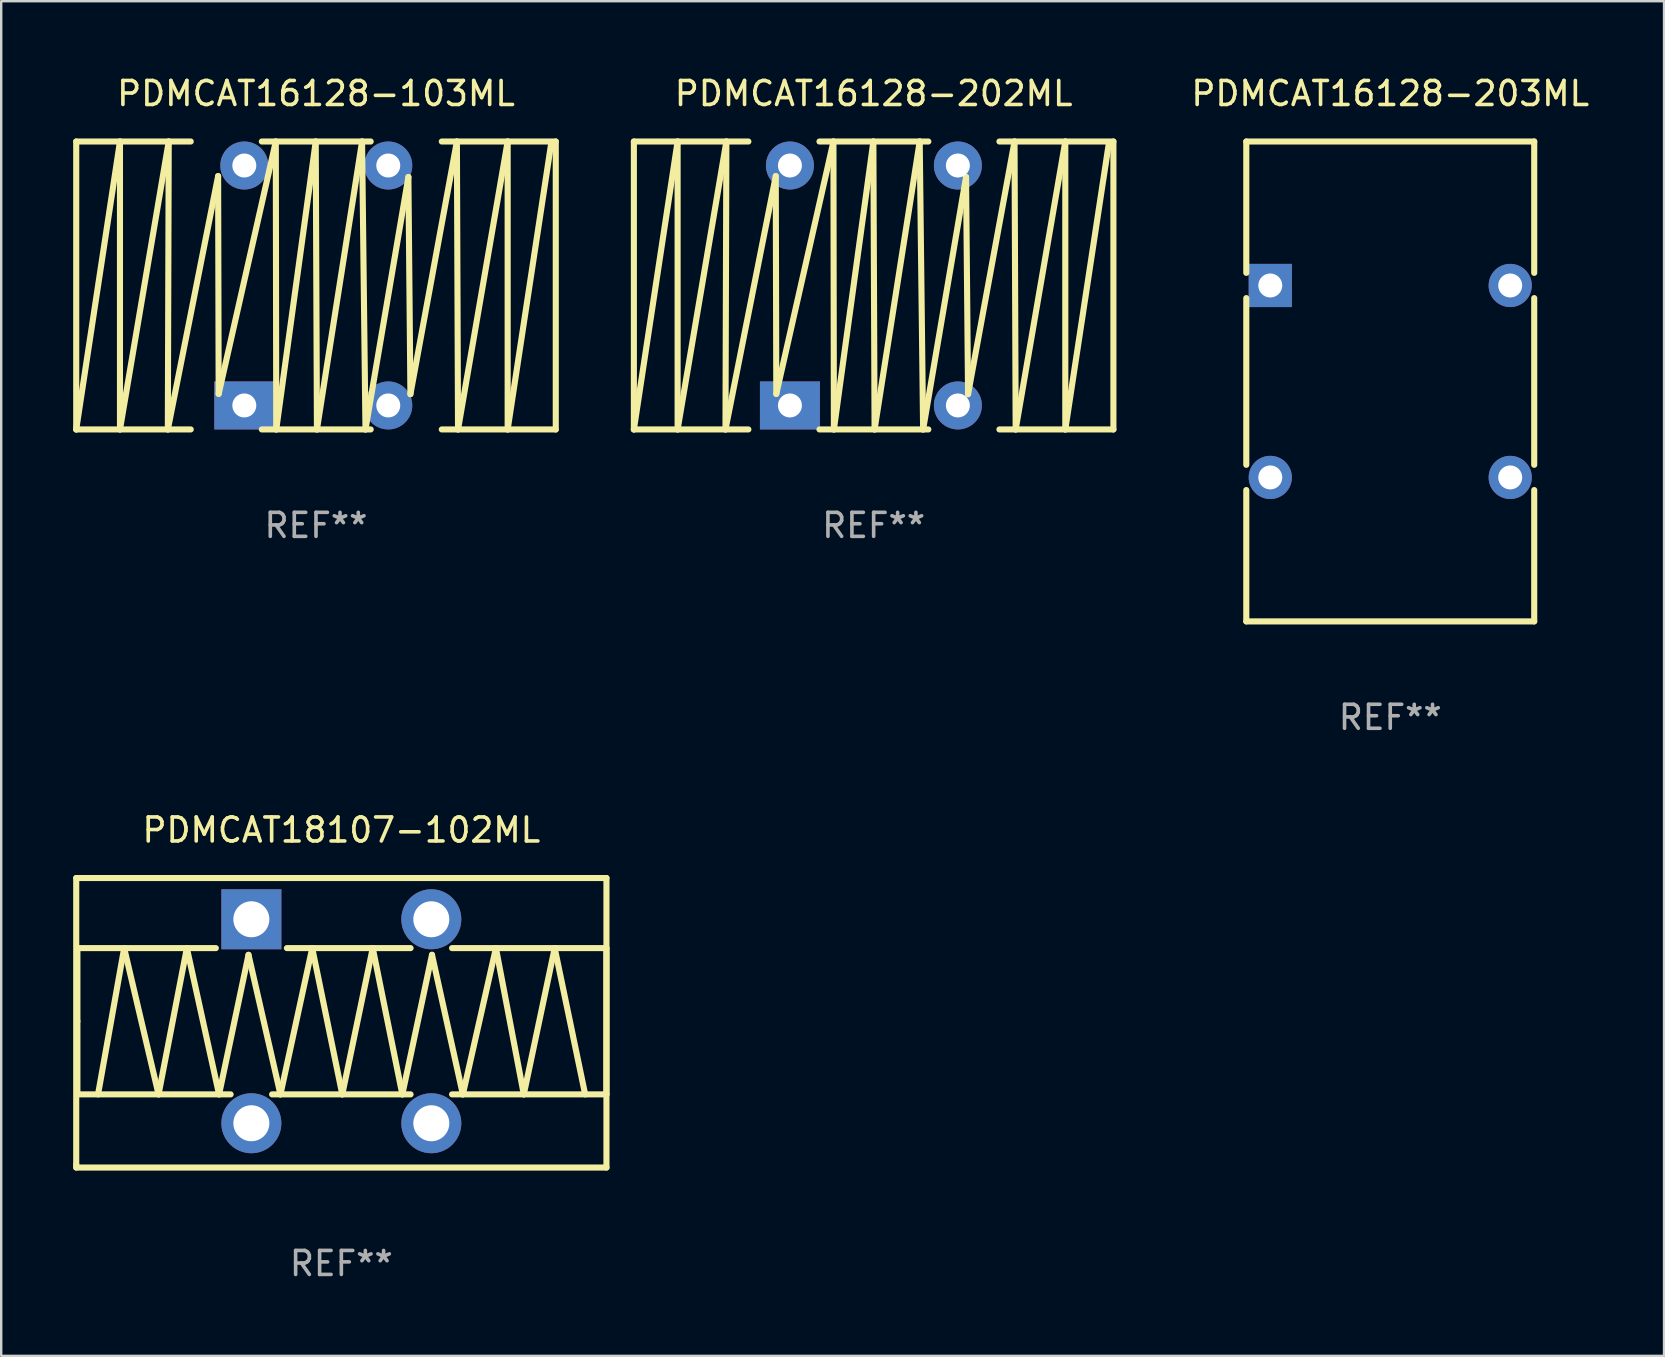
<source format=kicad_pcb>
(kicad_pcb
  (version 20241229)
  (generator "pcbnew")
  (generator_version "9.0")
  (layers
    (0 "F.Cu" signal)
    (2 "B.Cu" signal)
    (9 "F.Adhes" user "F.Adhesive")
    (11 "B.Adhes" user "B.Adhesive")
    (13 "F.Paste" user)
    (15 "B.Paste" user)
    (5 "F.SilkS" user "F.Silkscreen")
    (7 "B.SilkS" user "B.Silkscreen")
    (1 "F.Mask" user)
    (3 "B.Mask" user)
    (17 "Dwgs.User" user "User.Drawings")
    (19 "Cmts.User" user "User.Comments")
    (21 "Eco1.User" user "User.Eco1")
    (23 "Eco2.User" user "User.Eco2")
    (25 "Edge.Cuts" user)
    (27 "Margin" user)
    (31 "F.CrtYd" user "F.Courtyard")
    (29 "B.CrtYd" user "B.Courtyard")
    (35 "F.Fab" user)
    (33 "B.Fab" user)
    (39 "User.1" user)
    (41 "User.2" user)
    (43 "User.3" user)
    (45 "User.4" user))
  (footprint "PDMCAT16128-103ML"
    (layer "F.Cu")
    (at 10.12 8.848)
    (property "Reference" "PDMCAT16128-103ML" (at 0 -8 0) (layer "F.SilkS") (effects (font (size 1 1) (thickness 0.15))))
    (attr through_hole)
    (fp_line (start -9.993 6) (end -9.993 -6) (stroke (width 0.254) (type solid)) (layer "F.SilkS"))
    (fp_line (start -9.993 6) (end -8.17 -6) (stroke (width 0.254) (type solid)) (layer "F.SilkS"))
    (fp_line (start -8.17 -6) (end -8.17 6) (stroke (width 0.254) (type solid)) (layer "F.SilkS"))
    (fp_line (start -8.17 6) (end -6.138 -6) (stroke (width 0.254) (type solid)) (layer "F.SilkS"))
    (fp_line (start -6.175 6) (end -4.079 -4.558) (stroke (width 0.254) (type solid)) (layer "F.SilkS"))
    (fp_line (start -6.138 -6) (end -6.175 6) (stroke (width 0.254) (type solid)) (layer "F.SilkS"))
    (fp_line (start -5.22 -6) (end -9.993 -6) (stroke (width 0.254) (type solid)) (layer "F.SilkS"))
    (fp_line (start -5.22 6) (end -9.993 6) (stroke (width 0.254) (type solid)) (layer "F.SilkS"))
    (fp_line (start -4.079 -4.558) (end -4.057 4.519) (stroke (width 0.254) (type solid)) (layer "F.SilkS"))
    (fp_line (start -4.057 4.519) (end -1.675 -6) (stroke (width 0.254) (type solid)) (layer "F.SilkS"))
    (fp_line (start -1.675 -6) (end -1.657 6) (stroke (width 0.254) (type solid)) (layer "F.SilkS"))
    (fp_line (start -1.657 6) (end -0.011 -6) (stroke (width 0.254) (type solid)) (layer "F.SilkS"))
    (fp_line (start -0.011 -6) (end 0.039 6) (stroke (width 0.254) (type solid)) (layer "F.SilkS"))
    (fp_line (start 0.039 6) (end 1.92 -6) (stroke (width 0.254) (type solid)) (layer "F.SilkS"))
    (fp_line (start 1.92 -6) (end 2.062 6) (stroke (width 0.254) (type solid)) (layer "F.SilkS"))
    (fp_line (start 2.062 6) (end 3.851 -4.522) (stroke (width 0.254) (type solid)) (layer "F.SilkS"))
    (fp_line (start 2.28 -6) (end -2.258 -6) (stroke (width 0.254) (type solid)) (layer "F.SilkS"))
    (fp_line (start 2.28 6) (end -2.258 6) (stroke (width 0.254) (type solid)) (layer "F.SilkS"))
    (fp_line (start 3.851 -4.522) (end 3.935 4.529) (stroke (width 0.254) (type solid)) (layer "F.SilkS"))
    (fp_line (start 3.935 4.529) (end 5.872 -6) (stroke (width 0.254) (type solid)) (layer "F.SilkS"))
    (fp_line (start 5.872 -6) (end 5.919 6) (stroke (width 0.254) (type solid)) (layer "F.SilkS"))
    (fp_line (start 5.919 6) (end 7.988 -6) (stroke (width 0.254) (type solid)) (layer "F.SilkS"))
    (fp_line (start 7.988 -6) (end 7.988 6) (stroke (width 0.254) (type solid)) (layer "F.SilkS"))
    (fp_line (start 7.988 6) (end 9.79 -5.842) (stroke (width 0.254) (type solid)) (layer "F.SilkS"))
    (fp_line (start 9.993 -6) (end 5.242 -6) (stroke (width 0.254) (type solid)) (layer "F.SilkS"))
    (fp_line (start 9.993 6) (end 5.242 6) (stroke (width 0.254) (type solid)) (layer "F.SilkS"))
    (fp_line (start 9.993 6) (end 9.993 -6) (stroke (width 0.254) (type solid)) (layer "F.SilkS"))
    (fp_circle (center -9.989 6) (end -9.959 6) (stroke (width 0.06) (type solid)) (fill no) (layer "F.SilkS"))
    (fp_text user "REF**" (at 0 10 0) (layer "F.Fab") (effects (font (size 1 1) (thickness 0.15))))
    (pad "1" thru_hole rect (at -2.988 5 180) (size 2.5 2) (drill 1) (layers "*.Cu" "*.Mask"))
    (pad "2" thru_hole circle (at -2.988 -5) (size 2 2) (drill 1) (layers "*.Cu" "*.Mask"))
    (pad "3" thru_hole circle (at 3.012 -5) (size 2 2) (drill 1) (layers "*.Cu" "*.Mask"))
    (pad "4" thru_hole circle (at 3.012 5) (size 2 2) (drill 1) (layers "*.Cu" "*.Mask")))
  (footprint "PDMCAT16128-202ML"
    (layer "F.Cu")
    (at 33.361 8.848)
    (property "Reference" "PDMCAT16128-202ML" (at 0 -8 0) (layer "F.SilkS") (effects (font (size 1 1) (thickness 0.15))))
    (attr through_hole)
    (fp_line (start -9.993 6) (end -9.993 -6) (stroke (width 0.254) (type solid)) (layer "F.SilkS"))
    (fp_line (start -9.993 6) (end -8.17 -6) (stroke (width 0.254) (type solid)) (layer "F.SilkS"))
    (fp_line (start -8.17 -6) (end -8.17 6) (stroke (width 0.254) (type solid)) (layer "F.SilkS"))
    (fp_line (start -8.17 6) (end -6.138 -6) (stroke (width 0.254) (type solid)) (layer "F.SilkS"))
    (fp_line (start -6.175 6) (end -4.079 -4.558) (stroke (width 0.254) (type solid)) (layer "F.SilkS"))
    (fp_line (start -6.138 -6) (end -6.175 6) (stroke (width 0.254) (type solid)) (layer "F.SilkS"))
    (fp_line (start -5.22 -6) (end -9.993 -6) (stroke (width 0.254) (type solid)) (layer "F.SilkS"))
    (fp_line (start -5.22 6) (end -9.993 6) (stroke (width 0.254) (type solid)) (layer "F.SilkS"))
    (fp_line (start -4.079 -4.558) (end -4.057 4.519) (stroke (width 0.254) (type solid)) (layer "F.SilkS"))
    (fp_line (start -4.057 4.519) (end -1.675 -6) (stroke (width 0.254) (type solid)) (layer "F.SilkS"))
    (fp_line (start -1.675 -6) (end -1.657 6) (stroke (width 0.254) (type solid)) (layer "F.SilkS"))
    (fp_line (start -1.657 6) (end -0.011 -6) (stroke (width 0.254) (type solid)) (layer "F.SilkS"))
    (fp_line (start -0.011 -6) (end 0.039 6) (stroke (width 0.254) (type solid)) (layer "F.SilkS"))
    (fp_line (start 0.039 6) (end 1.92 -6) (stroke (width 0.254) (type solid)) (layer "F.SilkS"))
    (fp_line (start 1.92 -6) (end 2.062 6) (stroke (width 0.254) (type solid)) (layer "F.SilkS"))
    (fp_line (start 2.062 6) (end 3.851 -4.522) (stroke (width 0.254) (type solid)) (layer "F.SilkS"))
    (fp_line (start 2.28 -6) (end -2.258 -6) (stroke (width 0.254) (type solid)) (layer "F.SilkS"))
    (fp_line (start 2.28 6) (end -2.258 6) (stroke (width 0.254) (type solid)) (layer "F.SilkS"))
    (fp_line (start 3.851 -4.522) (end 3.935 4.529) (stroke (width 0.254) (type solid)) (layer "F.SilkS"))
    (fp_line (start 3.935 4.529) (end 5.872 -6) (stroke (width 0.254) (type solid)) (layer "F.SilkS"))
    (fp_line (start 5.872 -6) (end 5.919 6) (stroke (width 0.254) (type solid)) (layer "F.SilkS"))
    (fp_line (start 5.919 6) (end 7.988 -6) (stroke (width 0.254) (type solid)) (layer "F.SilkS"))
    (fp_line (start 7.988 -6) (end 7.988 6) (stroke (width 0.254) (type solid)) (layer "F.SilkS"))
    (fp_line (start 7.988 6) (end 9.79 -5.842) (stroke (width 0.254) (type solid)) (layer "F.SilkS"))
    (fp_line (start 9.993 -6) (end 5.242 -6) (stroke (width 0.254) (type solid)) (layer "F.SilkS"))
    (fp_line (start 9.993 6) (end 5.242 6) (stroke (width 0.254) (type solid)) (layer "F.SilkS"))
    (fp_line (start 9.993 6) (end 9.993 -6) (stroke (width 0.254) (type solid)) (layer "F.SilkS"))
    (fp_circle (center -9.989 6) (end -9.959 6) (stroke (width 0.06) (type solid)) (fill no) (layer "F.SilkS"))
    (fp_text user "REF**" (at 0 10 0) (layer "F.Fab") (effects (font (size 1 1) (thickness 0.15))))
    (pad "1" thru_hole rect (at -3.489 5 180) (size 2.5 2) (drill 1) (layers "*.Cu" "*.Mask"))
    (pad "2" thru_hole circle (at -3.489 -5) (size 2 2) (drill 1) (layers "*.Cu" "*.Mask"))
    (pad "3" thru_hole circle (at 3.511 -5) (size 2 2) (drill 1) (layers "*.Cu" "*.Mask"))
    (pad "4" thru_hole circle (at 3.511 5) (size 2 2) (drill 1) (layers "*.Cu" "*.Mask")))
  (footprint "PDMCAT16128-203ML"
    (layer "F.Cu")
    (at 54.892 12.848)
    (property "Reference" "PDMCAT16128-203ML" (at 0 -12 0) (layer "F.SilkS") (effects (font (size 1 1) (thickness 0.15))))
    (attr through_hole)
    (fp_line (start -6 -10) (end -6 -4.526) (stroke (width 0.254) (type solid)) (layer "F.SilkS"))
    (fp_line (start -6 -10) (end 6 -10) (stroke (width 0.254) (type solid)) (layer "F.SilkS"))
    (fp_line (start -6 -3.474) (end -6 3.474) (stroke (width 0.254) (type solid)) (layer "F.SilkS"))
    (fp_line (start -6 4.526) (end -6 10) (stroke (width 0.254) (type solid)) (layer "F.SilkS"))
    (fp_line (start -6 10) (end 6 10) (stroke (width 0.254) (type solid)) (layer "F.SilkS"))
    (fp_line (start 6 -10) (end 6 -4.526) (stroke (width 0.254) (type solid)) (layer "F.SilkS"))
    (fp_line (start 6 -3.474) (end 6 3.474) (stroke (width 0.254) (type solid)) (layer "F.SilkS"))
    (fp_line (start 6 4.526) (end 6 10) (stroke (width 0.254) (type solid)) (layer "F.SilkS"))
    (fp_text user "REF**" (at 0 14 0) (layer "F.Fab") (effects (font (size 1 1) (thickness 0.15))))
    (pad "1" thru_hole rect (at -5 -4) (size 1.8 1.8) (drill 1) (layers "*.Cu" "*.Mask"))
    (pad "2" thru_hole circle (at 5 -4) (size 1.8 1.8) (drill 1) (layers "*.Cu" "*.Mask"))
    (pad "3" thru_hole circle (at 5 4) (size 1.8 1.8) (drill 1) (layers "*.Cu" "*.Mask"))
    (pad "4" thru_hole circle (at -5 4) (size 1.8 1.8) (drill 1) (layers "*.Cu" "*.Mask")))
  (footprint "PDMCAT18107-102ML"
    (layer "F.Cu")
    (at 11.176 39.577)
    (property "Reference" "PDMCAT18107-102ML" (at 0 -8.033 0) (layer "F.SilkS") (effects (font (size 1 1) (thickness 0.15))))
    (attr through_hole)
    (fp_line (start -11.049 -6.033) (end 11.049 -6.033) (stroke (width 0.254) (type solid)) (layer "F.SilkS"))
    (fp_line (start -11.049 5.906) (end -11.049 -6.033) (stroke (width 0.254) (type solid)) (layer "F.SilkS"))
    (fp_line (start -11.049 6.033) (end -11.049 5.906) (stroke (width 0.254) (type solid)) (layer "F.SilkS"))
    (fp_line (start -11 -0.064) (end -11 -3.112) (stroke (width 0.254) (type solid)) (layer "F.SilkS"))
    (fp_line (start -11 -0.064) (end -11 2.984) (stroke (width 0.254) (type solid)) (layer "F.SilkS"))
    (fp_line (start -11 2.984) (end -4.614 2.984) (stroke (width 0.254) (type solid)) (layer "F.SilkS"))
    (fp_line (start -10.14 2.984) (end -9.051 -3.112) (stroke (width 0.254) (type solid)) (layer "F.SilkS"))
    (fp_line (start -9.051 -3.112) (end -7.618 2.984) (stroke (width 0.254) (type solid)) (layer "F.SilkS"))
    (fp_line (start -7.618 2.984) (end -6.438 -3.112) (stroke (width 0.254) (type solid)) (layer "F.SilkS"))
    (fp_line (start -6.438 -3.112) (end -5.096 2.984) (stroke (width 0.254) (type solid)) (layer "F.SilkS"))
    (fp_line (start -5.231 -3.112) (end -11 -3.112) (stroke (width 0.254) (type solid)) (layer "F.SilkS"))
    (fp_line (start -5.096 2.984) (end -3.869 -2.832) (stroke (width 0.254) (type solid)) (layer "F.SilkS"))
    (fp_line (start -3.869 -2.832) (end -2.538 2.984) (stroke (width 0.254) (type solid)) (layer "F.SilkS"))
    (fp_line (start -2.886 2.984) (end 2.886 2.984) (stroke (width 0.254) (type solid)) (layer "F.SilkS"))
    (fp_line (start -2.538 2.984) (end -1.213 -3.112) (stroke (width 0.254) (type solid)) (layer "F.SilkS"))
    (fp_line (start -1.213 -3.112) (end 0.039 2.984) (stroke (width 0.254) (type solid)) (layer "F.SilkS"))
    (fp_line (start 0.039 2.984) (end 1.309 -3.112) (stroke (width 0.254) (type solid)) (layer "F.SilkS"))
    (fp_line (start 1.309 -3.112) (end 2.542 2.984) (stroke (width 0.254) (type solid)) (layer "F.SilkS"))
    (fp_line (start 2.542 2.984) (end 3.778 -2.833) (stroke (width 0.254) (type solid)) (layer "F.SilkS"))
    (fp_line (start 2.886 -3.112) (end -2.269 -3.112) (stroke (width 0.254) (type solid)) (layer "F.SilkS"))
    (fp_line (start 3.778 -2.833) (end 5.064 2.984) (stroke (width 0.254) (type solid)) (layer "F.SilkS"))
    (fp_line (start 4.614 2.984) (end 11.049 2.984) (stroke (width 0.254) (type solid)) (layer "F.SilkS"))
    (fp_line (start 5.064 2.984) (end 6.443 -3.112) (stroke (width 0.254) (type solid)) (layer "F.SilkS"))
    (fp_line (start 6.443 -3.112) (end 7.604 2.984) (stroke (width 0.254) (type solid)) (layer "F.SilkS"))
    (fp_line (start 7.604 2.984) (end 8.892 -3.112) (stroke (width 0.254) (type solid)) (layer "F.SilkS"))
    (fp_line (start 8.892 -3.112) (end 10.162 2.984) (stroke (width 0.254) (type solid)) (layer "F.SilkS"))
    (fp_line (start 11.049 -3.112) (end 4.614 -3.112) (stroke (width 0.254) (type solid)) (layer "F.SilkS"))
    (fp_line (start 11.049 2.984) (end 11.049 -3.112) (stroke (width 0.254) (type solid)) (layer "F.SilkS"))
    (fp_line (start 11.049 -6.033) (end 11.049 6.033) (stroke (width 0.254) (type solid)) (layer "F.SilkS"))
    (fp_line (start 11.049 6.033) (end -11.049 6.033) (stroke (width 0.254) (type solid)) (layer "F.SilkS"))
    (fp_circle (center -11 -6.064) (end -10.97 -6.064) (stroke (width 0.06) (type solid)) (fill no) (layer "F.SilkS"))
    (fp_text user "REF**" (at 0 10.033 0) (layer "F.Fab") (effects (font (size 1 1) (thickness 0.15))))
    (pad "1" thru_hole rect (at -3.75 -4.314) (size 2.5 2.5) (drill 1.5) (layers "*.Cu" "*.Mask"))
    (pad "2" thru_hole circle (at -3.75 4.187) (size 2.5 2.5) (drill 1.5) (layers "*.Cu" "*.Mask"))
    (pad "3" thru_hole circle (at 3.75 4.187) (size 2.5 2.5) (drill 1.5) (layers "*.Cu" "*.Mask"))
    (pad "4" thru_hole circle (at 3.75 -4.314) (size 2.5 2.5) (drill 1.5) (layers "*.Cu" "*.Mask")))
  (gr_rect
    (start -3 -3)
    (end 66.303 53.458)
    (stroke (width 0.1) (type default))
    (fill no)
    (layer "Edge.Cuts")))
</source>
